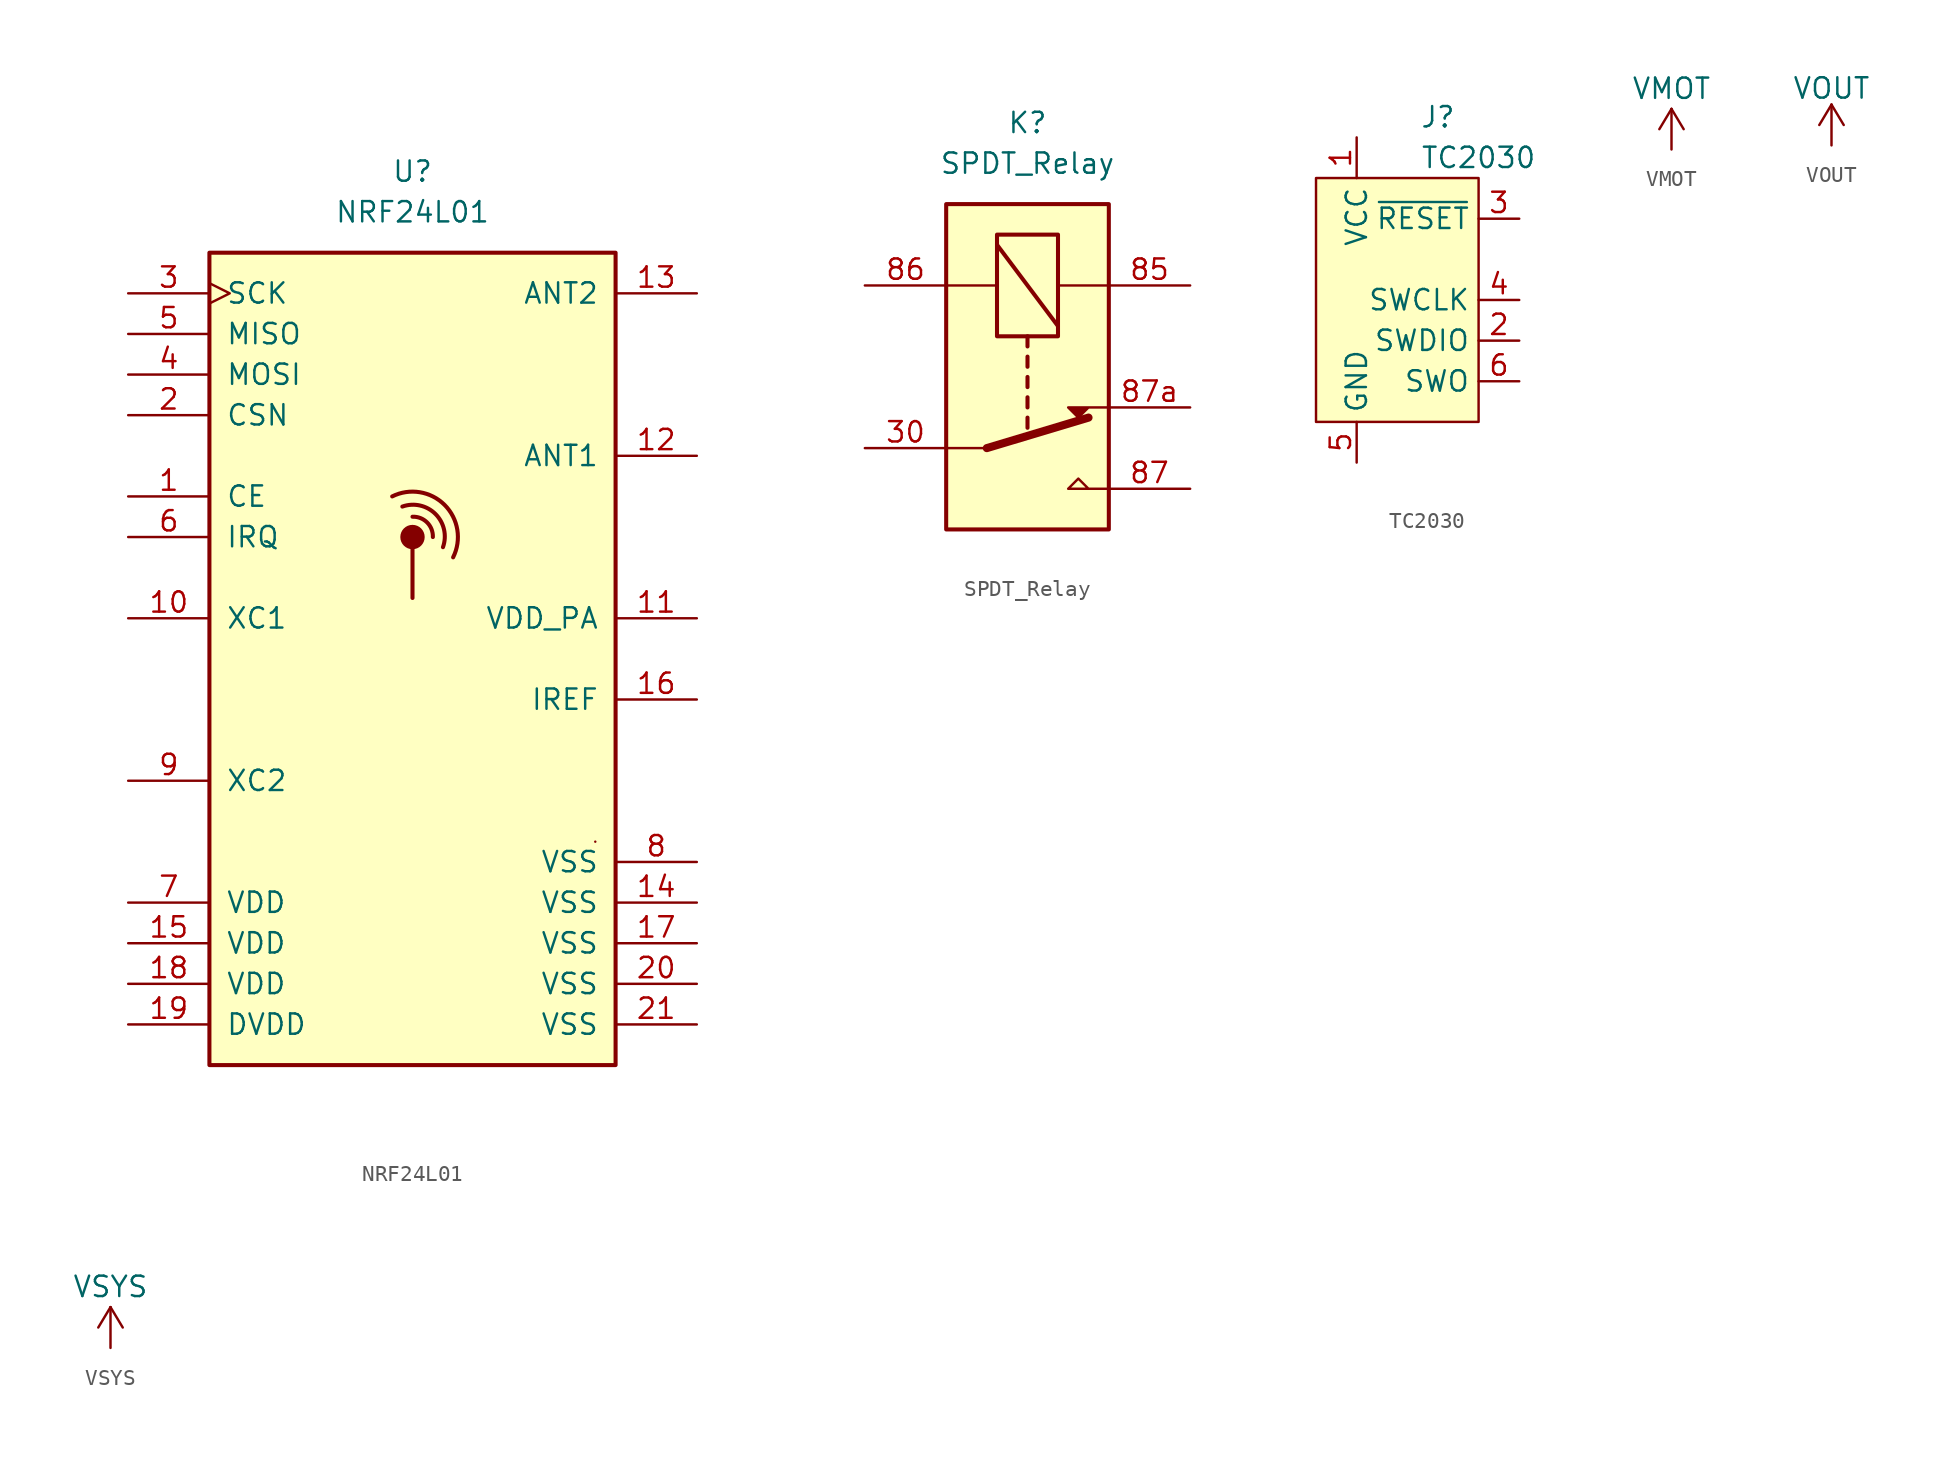
<source format=kicad_sym>
(kicad_symbol_lib
  (version 20231120)
  (generator "kicad_symbol_editor")
  (generator_version "8.0")
  (symbol "NRF24L01"
    (pin_names
      (offset 1.016))
    (property "Reference" "U"
      (at 0 27.94 0)
      (effects (font (size 1.27 1.27))))
    (property "Value" "NRF24L01"
      (at 0 25.4 0)
      (effects (font (size 1.27 1.27))))
    (symbol "NRF24L01_0_1"
      (rectangle (start -12.7 22.86) (end 12.7 -27.94) (stroke (width 0.254) (type default)) (fill (type background)))
      (polyline (pts (xy 0 4.445) (xy 0 1.27)) (stroke (width 0.254) (type default)) (fill (type none)))
      (circle (center 0 5.08) (radius 0.635) (stroke (width 0.254) (type default)) (fill (type outline)))
      (arc (start 1.27 5.08) (mid 0.9071 5.9946) (end 0 6.35) (stroke (width 0.254) (type default)) (fill (type none)))
      (arc (start 1.905 4.445) (mid 1.4313 6.5254) (end -0.635 6.985) (stroke (width 0.254) (type default)) (fill (type none)))
      (arc (start 2.54 3.81) (mid 2.008 7.088) (end -1.27 7.62) (stroke (width 0.254) (type default)) (fill (type none)))
      (rectangle (start 11.43 -13.97) (end 11.43 -13.97) (stroke (width 0) (type default)) (fill (type none))))
    (symbol "NRF24L01_1_1"
      (pin input line (at -17.78 7.62 0) (length 5.08) (name "CE" (effects (font (size 1.27 1.27)))) (number "1" (effects (font (size 1.27 1.27)))))
      (pin passive line (at -17.78 0 0) (length 5.08) (name "XC1" (effects (font (size 1.27 1.27)))) (number "10" (effects (font (size 1.27 1.27)))))
      (pin power_out line (at 17.78 0 180) (length 5.08) (name "VDD_PA" (effects (font (size 1.27 1.27)))) (number "11" (effects (font (size 1.27 1.27)))))
      (pin passive line (at 17.78 10.16 180) (length 5.08) (name "ANT1" (effects (font (size 1.27 1.27)))) (number "12" (effects (font (size 1.27 1.27)))))
      (pin passive line (at 17.78 20.32 180) (length 5.08) (name "ANT2" (effects (font (size 1.27 1.27)))) (number "13" (effects (font (size 1.27 1.27)))))
      (pin power_in line (at 17.78 -17.78 180) (length 5.08) (name "VSS" (effects (font (size 1.27 1.27)))) (number "14" (effects (font (size 1.27 1.27)))))
      (pin power_in line (at -17.78 -20.32 0) (length 5.08) (name "VDD" (effects (font (size 1.27 1.27)))) (number "15" (effects (font (size 1.27 1.27)))))
      (pin passive line (at 17.78 -5.08 180) (length 5.08) (name "IREF" (effects (font (size 1.27 1.27)))) (number "16" (effects (font (size 1.27 1.27)))))
      (pin power_in line (at 17.78 -20.32 180) (length 5.08) (name "VSS" (effects (font (size 1.27 1.27)))) (number "17" (effects (font (size 1.27 1.27)))))
      (pin power_in line (at -17.78 -22.86 0) (length 5.08) (name "VDD" (effects (font (size 1.27 1.27)))) (number "18" (effects (font (size 1.27 1.27)))))
      (pin power_out line (at -17.78 -25.4 0) (length 5.08) (name "DVDD" (effects (font (size 1.27 1.27)))) (number "19" (effects (font (size 1.27 1.27)))))
      (pin input line (at -17.78 12.7 0) (length 5.08) (name "CSN" (effects (font (size 1.27 1.27)))) (number "2" (effects (font (size 1.27 1.27)))))
      (pin power_in line (at 17.78 -22.86 180) (length 5.08) (name "VSS" (effects (font (size 1.27 1.27)))) (number "20" (effects (font (size 1.27 1.27)))))
      (pin power_in line (at 17.78 -25.4 180) (length 5.08) (name "VSS" (effects (font (size 1.27 1.27)))) (number "21" (effects (font (size 1.27 1.27)))))
      (pin input clock (at -17.78 20.32 0) (length 5.08) (name "SCK" (effects (font (size 1.27 1.27)))) (number "3" (effects (font (size 1.27 1.27)))))
      (pin input line (at -17.78 15.24 0) (length 5.08) (name "MOSI" (effects (font (size 1.27 1.27)))) (number "4" (effects (font (size 1.27 1.27)))))
      (pin output line (at -17.78 17.78 0) (length 5.08) (name "MISO" (effects (font (size 1.27 1.27)))) (number "5" (effects (font (size 1.27 1.27)))))
      (pin output line (at -17.78 5.08 0) (length 5.08) (name "IRQ" (effects (font (size 1.27 1.27)))) (number "6" (effects (font (size 1.27 1.27)))))
      (pin power_in line (at -17.78 -17.78 0) (length 5.08) (name "VDD" (effects (font (size 1.27 1.27)))) (number "7" (effects (font (size 1.27 1.27)))))
      (pin power_in line (at 17.78 -15.24 180) (length 5.08) (name "VSS" (effects (font (size 1.27 1.27)))) (number "8" (effects (font (size 1.27 1.27)))))
      (pin passive line (at -17.78 -10.16 0) (length 5.08) (name "XC2" (effects (font (size 1.27 1.27)))) (number "9" (effects (font (size 1.27 1.27)))))))
  (symbol "SPDT_Relay"
    (property "Reference" "K"
      (at 0 15.24 0)
      (effects (font (size 1.27 1.27))))
    (property "Value" "SPDT_Relay"
      (at 0 12.7 0)
      (effects (font (size 1.27 1.27))))
    (symbol "SPDT_Relay_0_0"
      (polyline (pts (xy 5.08 -7.62) (xy 2.54 -7.62) (xy 3.175 -6.985) (xy 3.81 -7.62)) (stroke (width 0) (type default)) (fill (type none)))
      (polyline (pts (xy 5.08 -2.54) (xy 2.54 -2.54) (xy 3.175 -3.175) (xy 3.81 -2.54)) (stroke (width 0) (type default)) (fill (type outline))))
    (symbol "SPDT_Relay_0_1"
      (rectangle (start -5.08 10.16) (end 5.08 -10.16) (stroke (width 0.254) (type default)) (fill (type background)))
      (polyline (pts (xy -5.08 5.08) (xy -1.905 5.08)) (stroke (width 0) (type default)) (fill (type none)))
      (polyline (pts (xy -2.54 -5.08) (xy -5.08 -5.08)) (stroke (width 0) (type default)) (fill (type none)))
      (polyline (pts (xy -2.54 -5.08) (xy 3.81 -3.175)) (stroke (width 0.508) (type default)) (fill (type none)))
      (polyline (pts (xy -1.905 7.62) (xy 1.905 2.54)) (stroke (width 0.254) (type default)) (fill (type none)))
      (polyline (pts (xy 0 -3.175) (xy 0 -3.81)) (stroke (width 0.254) (type default)) (fill (type none)))
      (polyline (pts (xy 0 -1.905) (xy 0 -2.54)) (stroke (width 0.254) (type default)) (fill (type none)))
      (polyline (pts (xy 0 -0.635) (xy 0 -1.27)) (stroke (width 0.254) (type default)) (fill (type none)))
      (polyline (pts (xy 0 0.635) (xy 0 0)) (stroke (width 0.254) (type default)) (fill (type none)))
      (polyline (pts (xy 0 1.905) (xy 0 1.27)) (stroke (width 0.254) (type default)) (fill (type none)))
      (polyline (pts (xy 5.08 5.08) (xy 1.905 5.08)) (stroke (width 0) (type default)) (fill (type none)))
      (rectangle (start 1.905 8.255) (end -1.905 1.905) (stroke (width 0.254) (type default)) (fill (type none))))
    (symbol "SPDT_Relay_1_1"
      (pin passive line (at -10.16 -5.08 0) (length 5.08) (name "~" (effects (font (size 1.27 1.27)))) (number "30" (effects (font (size 1.27 1.27)))))
      (pin passive line (at 10.16 5.08 180) (length 5.08) (name "~" (effects (font (size 1.27 1.27)))) (number "85" (effects (font (size 1.27 1.27)))))
      (pin passive line (at -10.16 5.08 0) (length 5.08) (name "~" (effects (font (size 1.27 1.27)))) (number "86" (effects (font (size 1.27 1.27)))))
      (pin passive line (at 10.16 -7.62 180) (length 5.08) (name "~" (effects (font (size 1.27 1.27)))) (number "87" (effects (font (size 1.27 1.27)))))
      (pin passive line (at 10.16 -2.54 180) (length 5.08) (name "~" (effects (font (size 1.27 1.27)))) (number "87a" (effects (font (size 1.27 1.27)))))))
  (symbol "TC2030"
    (property "Reference" "J"
      (at 2.54 11.43 0)
      (effects (font (size 1.27 1.27))))
    (property "Value" "TC2030"
      (at 5.08 8.89 0)
      (effects (font (size 1.27 1.27))))
    (symbol "TC2030_0_0"
      (pin power_in line (at -2.54 10.16 270) (length 2.54) (name "VCC" (effects (font (size 1.27 1.27)))) (number "1" (effects (font (size 1.27 1.27)))))
      (pin bidirectional line (at 7.62 -2.54 180) (length 2.54) (name "SWDIO" (effects (font (size 1.27 1.27)))) (number "2" (effects (font (size 1.27 1.27)))) (alternate "TMS" bidirectional line))
      (pin open_collector line (at 7.62 5.08 180) (length 2.54) (name "~{RESET}" (effects (font (size 1.27 1.27)))) (number "3" (effects (font (size 1.27 1.27)))))
      (pin output line (at 7.62 0 180) (length 2.54) (name "SWCLK" (effects (font (size 1.27 1.27)))) (number "4" (effects (font (size 1.27 1.27)))) (alternate "TCK" output line))
      (pin power_in line (at -2.54 -10.16 90) (length 2.54) (name "GND" (effects (font (size 1.27 1.27)))) (number "5" (effects (font (size 1.27 1.27)))))
      (pin input line (at 7.62 -5.08 180) (length 2.54) (name "SWO" (effects (font (size 1.27 1.27)))) (number "6" (effects (font (size 1.27 1.27)))) (alternate "TDO" input line)))
    (symbol "TC2030_0_1"
      (rectangle (start -5.08 7.62) (end 5.08 -7.62) (stroke (width 0) (type default)) (fill (type background)))))
  (symbol "VMOT"
    (power)
    (pin_names
      (offset 0))
    (property "Reference" "#PWR"
      (at 0 -3.81 0)
      (effects (font (size 1.27 1.27)) (hide yes)))
    (property "Value" "VMOT"
      (at 0 3.81 0)
      (effects (font (size 1.27 1.27))))
    (symbol "VMOT_0_1"
      (polyline (pts (xy -0.762 1.27) (xy 0 2.54)) (stroke (width 0) (type default)) (fill (type none)))
      (polyline (pts (xy 0 0) (xy 0 2.54)) (stroke (width 0) (type default)) (fill (type none)))
      (polyline (pts (xy 0 2.54) (xy 0.762 1.27)) (stroke (width 0) (type default)) (fill (type none))))
    (symbol "VMOT_1_1"
      (pin power_in line (at 0 0 90) (length 0) hide (name "VMOT" (effects (font (size 1.27 1.27)))) (number "1" (effects (font (size 1.27 1.27)))))))
  (symbol "VOUT"
    (power)
    (pin_names
      (offset 0))
    (property "Reference" "#PWR"
      (at 0 -3.81 0)
      (effects (font (size 1.27 1.27)) (hide yes)))
    (property "Value" "VOUT"
      (at 0 3.556 0)
      (effects (font (size 1.27 1.27))))
    (symbol "VOUT_0_1"
      (polyline (pts (xy -0.762 1.27) (xy 0 2.54)) (stroke (width 0) (type default)) (fill (type none)))
      (polyline (pts (xy 0 0) (xy 0 2.54)) (stroke (width 0) (type default)) (fill (type none)))
      (polyline (pts (xy 0 2.54) (xy 0.762 1.27)) (stroke (width 0) (type default)) (fill (type none))))
    (symbol "VOUT_1_1"
      (pin power_in line (at 0 0 90) (length 0) hide (name "VOUT" (effects (font (size 1.27 1.27)))) (number "1" (effects (font (size 1.27 1.27)))))))
  (symbol "VSYS"
    (power)
    (pin_names
      (offset 0))
    (property "Reference" "#PWR"
      (at 0 -3.81 0)
      (effects (font (size 1.27 1.27)) (hide yes)))
    (property "Value" "VSYS"
      (at 0 3.81 0)
      (effects (font (size 1.27 1.27))))
    (symbol "VSYS_0_1"
      (polyline (pts (xy -0.762 1.27) (xy 0 2.54)) (stroke (width 0) (type default)) (fill (type none)))
      (polyline (pts (xy 0 0) (xy 0 2.54)) (stroke (width 0) (type default)) (fill (type none)))
      (polyline (pts (xy 0 2.54) (xy 0.762 1.27)) (stroke (width 0) (type default)) (fill (type none))))
    (symbol "VSYS_1_1"
      (pin power_in line (at 0 0 90) (length 0) hide (name "VSYS" (effects (font (size 1.27 1.27)))) (number "1" (effects (font (size 1.27 1.27))))))))
</source>
